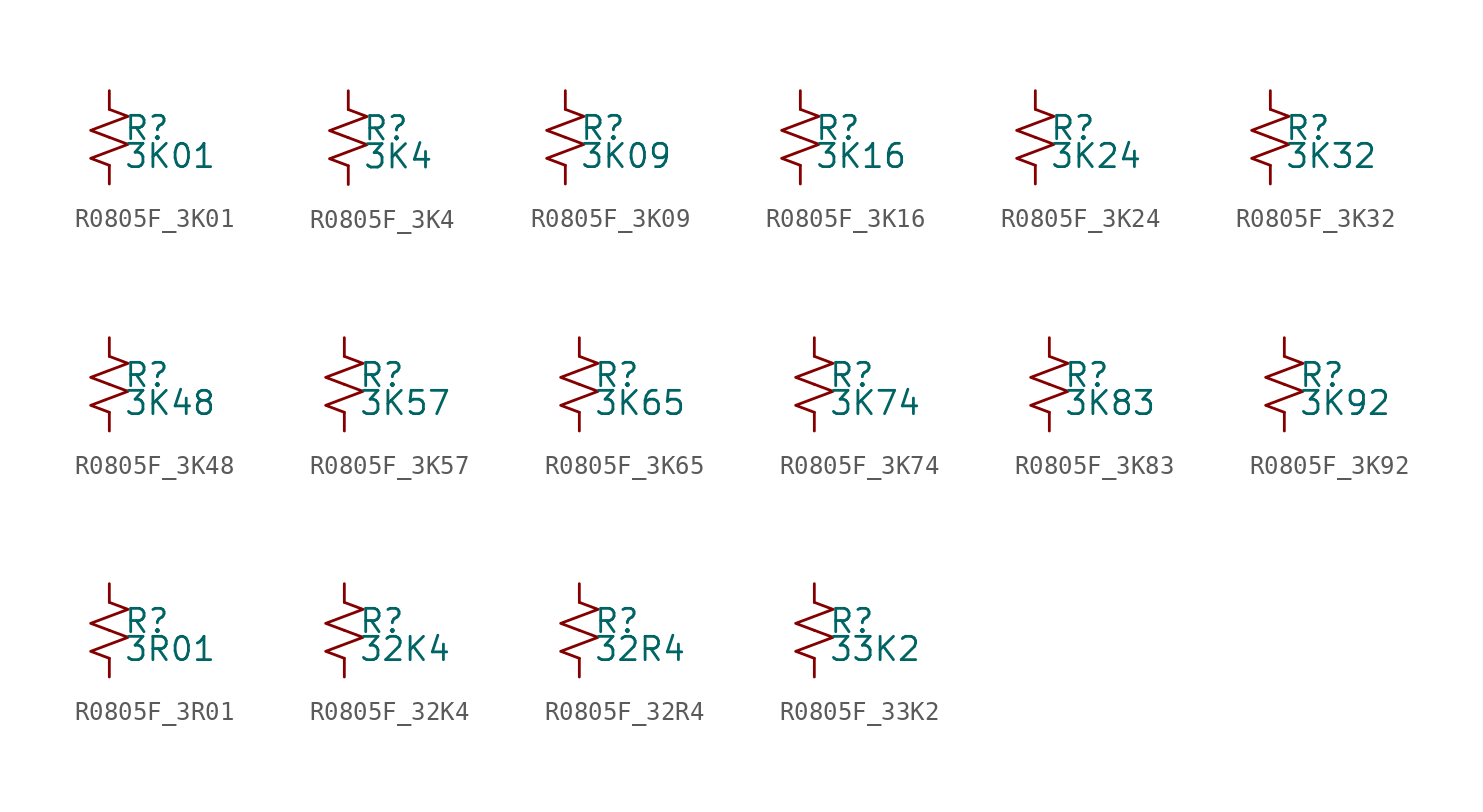
<source format=kicad_sym>
(kicad_symbol_lib
  (version 20220914)
  (generator kicad_symbol_editor)
  (symbol "R0805F_3K01"
    (pin_numbers hide)
    (pin_names
      (offset 0.254) hide)
    (property "Reference" "R"
      (at 0.762 0.508 0)
      (effects (font (size 1.27 1.27)) (justify left)))
    (property "Value" "3K01"
      (at 0.762 -1.016 0)
      (effects (font (size 1.27 1.27)) (justify left)))
    (symbol "R0805F_3K01_1_1"
      (polyline (pts (xy 0 0) (xy 1.016 -0.381) (xy 0 -0.762) (xy -1.016 -1.143) (xy 0 -1.524)) (stroke (width 0) (type default)) (fill (type none)))
      (polyline (pts (xy 0 1.524) (xy 1.016 1.143) (xy 0 0.762) (xy -1.016 0.381) (xy 0 0)) (stroke (width 0) (type default)) (fill (type none)))
      (pin passive line (at 0 2.54 270) (length 1.016) (name "~" (effects (font (size 1.27 1.27)))) (number "1" (effects (font (size 1.27 1.27)))))
      (pin passive line (at 0 -2.54 90) (length 1.016) (name "~" (effects (font (size 1.27 1.27)))) (number "2" (effects (font (size 1.27 1.27)))))))
  (symbol "R0805F_3K4"
    (pin_numbers hide)
    (pin_names
      (offset 0.254) hide)
    (property "Reference" "R"
      (at 0.762 0.508 0)
      (effects (font (size 1.27 1.27)) (justify left)))
    (property "Value" "3K4"
      (at 0.762 -1.016 0)
      (effects (font (size 1.27 1.27)) (justify left)))
    (symbol "R0805F_3K4_1_1"
      (polyline (pts (xy 0 0) (xy 1.016 -0.381) (xy 0 -0.762) (xy -1.016 -1.143) (xy 0 -1.524)) (stroke (width 0) (type default)) (fill (type none)))
      (polyline (pts (xy 0 1.524) (xy 1.016 1.143) (xy 0 0.762) (xy -1.016 0.381) (xy 0 0)) (stroke (width 0) (type default)) (fill (type none)))
      (pin passive line (at 0 2.54 270) (length 1.016) (name "~" (effects (font (size 1.27 1.27)))) (number "1" (effects (font (size 1.27 1.27)))))
      (pin passive line (at 0 -2.54 90) (length 1.016) (name "~" (effects (font (size 1.27 1.27)))) (number "2" (effects (font (size 1.27 1.27)))))))
  (symbol "R0805F_3K09"
    (pin_numbers hide)
    (pin_names
      (offset 0.254) hide)
    (property "Reference" "R"
      (at 0.762 0.508 0)
      (effects (font (size 1.27 1.27)) (justify left)))
    (property "Value" "3K09"
      (at 0.762 -1.016 0)
      (effects (font (size 1.27 1.27)) (justify left)))
    (symbol "R0805F_3K09_1_1"
      (polyline (pts (xy 0 0) (xy 1.016 -0.381) (xy 0 -0.762) (xy -1.016 -1.143) (xy 0 -1.524)) (stroke (width 0) (type default)) (fill (type none)))
      (polyline (pts (xy 0 1.524) (xy 1.016 1.143) (xy 0 0.762) (xy -1.016 0.381) (xy 0 0)) (stroke (width 0) (type default)) (fill (type none)))
      (pin passive line (at 0 2.54 270) (length 1.016) (name "~" (effects (font (size 1.27 1.27)))) (number "1" (effects (font (size 1.27 1.27)))))
      (pin passive line (at 0 -2.54 90) (length 1.016) (name "~" (effects (font (size 1.27 1.27)))) (number "2" (effects (font (size 1.27 1.27)))))))
  (symbol "R0805F_3K16"
    (pin_numbers hide)
    (pin_names
      (offset 0.254) hide)
    (property "Reference" "R"
      (at 0.762 0.508 0)
      (effects (font (size 1.27 1.27)) (justify left)))
    (property "Value" "3K16"
      (at 0.762 -1.016 0)
      (effects (font (size 1.27 1.27)) (justify left)))
    (symbol "R0805F_3K16_1_1"
      (polyline (pts (xy 0 0) (xy 1.016 -0.381) (xy 0 -0.762) (xy -1.016 -1.143) (xy 0 -1.524)) (stroke (width 0) (type default)) (fill (type none)))
      (polyline (pts (xy 0 1.524) (xy 1.016 1.143) (xy 0 0.762) (xy -1.016 0.381) (xy 0 0)) (stroke (width 0) (type default)) (fill (type none)))
      (pin passive line (at 0 2.54 270) (length 1.016) (name "~" (effects (font (size 1.27 1.27)))) (number "1" (effects (font (size 1.27 1.27)))))
      (pin passive line (at 0 -2.54 90) (length 1.016) (name "~" (effects (font (size 1.27 1.27)))) (number "2" (effects (font (size 1.27 1.27)))))))
  (symbol "R0805F_3K24"
    (pin_numbers hide)
    (pin_names
      (offset 0.254) hide)
    (property "Reference" "R"
      (at 0.762 0.508 0)
      (effects (font (size 1.27 1.27)) (justify left)))
    (property "Value" "3K24"
      (at 0.762 -1.016 0)
      (effects (font (size 1.27 1.27)) (justify left)))
    (symbol "R0805F_3K24_1_1"
      (polyline (pts (xy 0 0) (xy 1.016 -0.381) (xy 0 -0.762) (xy -1.016 -1.143) (xy 0 -1.524)) (stroke (width 0) (type default)) (fill (type none)))
      (polyline (pts (xy 0 1.524) (xy 1.016 1.143) (xy 0 0.762) (xy -1.016 0.381) (xy 0 0)) (stroke (width 0) (type default)) (fill (type none)))
      (pin passive line (at 0 2.54 270) (length 1.016) (name "~" (effects (font (size 1.27 1.27)))) (number "1" (effects (font (size 1.27 1.27)))))
      (pin passive line (at 0 -2.54 90) (length 1.016) (name "~" (effects (font (size 1.27 1.27)))) (number "2" (effects (font (size 1.27 1.27)))))))
  (symbol "R0805F_3K32"
    (pin_numbers hide)
    (pin_names
      (offset 0.254) hide)
    (property "Reference" "R"
      (at 0.762 0.508 0)
      (effects (font (size 1.27 1.27)) (justify left)))
    (property "Value" "3K32"
      (at 0.762 -1.016 0)
      (effects (font (size 1.27 1.27)) (justify left)))
    (symbol "R0805F_3K32_1_1"
      (polyline (pts (xy 0 0) (xy 1.016 -0.381) (xy 0 -0.762) (xy -1.016 -1.143) (xy 0 -1.524)) (stroke (width 0) (type default)) (fill (type none)))
      (polyline (pts (xy 0 1.524) (xy 1.016 1.143) (xy 0 0.762) (xy -1.016 0.381) (xy 0 0)) (stroke (width 0) (type default)) (fill (type none)))
      (pin passive line (at 0 2.54 270) (length 1.016) (name "~" (effects (font (size 1.27 1.27)))) (number "1" (effects (font (size 1.27 1.27)))))
      (pin passive line (at 0 -2.54 90) (length 1.016) (name "~" (effects (font (size 1.27 1.27)))) (number "2" (effects (font (size 1.27 1.27)))))))
  (symbol "R0805F_3K48"
    (pin_numbers hide)
    (pin_names
      (offset 0.254) hide)
    (property "Reference" "R"
      (at 0.762 0.508 0)
      (effects (font (size 1.27 1.27)) (justify left)))
    (property "Value" "3K48"
      (at 0.762 -1.016 0)
      (effects (font (size 1.27 1.27)) (justify left)))
    (symbol "R0805F_3K48_1_1"
      (polyline (pts (xy 0 0) (xy 1.016 -0.381) (xy 0 -0.762) (xy -1.016 -1.143) (xy 0 -1.524)) (stroke (width 0) (type default)) (fill (type none)))
      (polyline (pts (xy 0 1.524) (xy 1.016 1.143) (xy 0 0.762) (xy -1.016 0.381) (xy 0 0)) (stroke (width 0) (type default)) (fill (type none)))
      (pin passive line (at 0 2.54 270) (length 1.016) (name "~" (effects (font (size 1.27 1.27)))) (number "1" (effects (font (size 1.27 1.27)))))
      (pin passive line (at 0 -2.54 90) (length 1.016) (name "~" (effects (font (size 1.27 1.27)))) (number "2" (effects (font (size 1.27 1.27)))))))
  (symbol "R0805F_3K57"
    (pin_numbers hide)
    (pin_names
      (offset 0.254) hide)
    (property "Reference" "R"
      (at 0.762 0.508 0)
      (effects (font (size 1.27 1.27)) (justify left)))
    (property "Value" "3K57"
      (at 0.762 -1.016 0)
      (effects (font (size 1.27 1.27)) (justify left)))
    (symbol "R0805F_3K57_1_1"
      (polyline (pts (xy 0 0) (xy 1.016 -0.381) (xy 0 -0.762) (xy -1.016 -1.143) (xy 0 -1.524)) (stroke (width 0) (type default)) (fill (type none)))
      (polyline (pts (xy 0 1.524) (xy 1.016 1.143) (xy 0 0.762) (xy -1.016 0.381) (xy 0 0)) (stroke (width 0) (type default)) (fill (type none)))
      (pin passive line (at 0 2.54 270) (length 1.016) (name "~" (effects (font (size 1.27 1.27)))) (number "1" (effects (font (size 1.27 1.27)))))
      (pin passive line (at 0 -2.54 90) (length 1.016) (name "~" (effects (font (size 1.27 1.27)))) (number "2" (effects (font (size 1.27 1.27)))))))
  (symbol "R0805F_3K65"
    (pin_numbers hide)
    (pin_names
      (offset 0.254) hide)
    (property "Reference" "R"
      (at 0.762 0.508 0)
      (effects (font (size 1.27 1.27)) (justify left)))
    (property "Value" "3K65"
      (at 0.762 -1.016 0)
      (effects (font (size 1.27 1.27)) (justify left)))
    (symbol "R0805F_3K65_1_1"
      (polyline (pts (xy 0 0) (xy 1.016 -0.381) (xy 0 -0.762) (xy -1.016 -1.143) (xy 0 -1.524)) (stroke (width 0) (type default)) (fill (type none)))
      (polyline (pts (xy 0 1.524) (xy 1.016 1.143) (xy 0 0.762) (xy -1.016 0.381) (xy 0 0)) (stroke (width 0) (type default)) (fill (type none)))
      (pin passive line (at 0 2.54 270) (length 1.016) (name "~" (effects (font (size 1.27 1.27)))) (number "1" (effects (font (size 1.27 1.27)))))
      (pin passive line (at 0 -2.54 90) (length 1.016) (name "~" (effects (font (size 1.27 1.27)))) (number "2" (effects (font (size 1.27 1.27)))))))
  (symbol "R0805F_3K74"
    (pin_numbers hide)
    (pin_names
      (offset 0.254) hide)
    (property "Reference" "R"
      (at 0.762 0.508 0)
      (effects (font (size 1.27 1.27)) (justify left)))
    (property "Value" "3K74"
      (at 0.762 -1.016 0)
      (effects (font (size 1.27 1.27)) (justify left)))
    (symbol "R0805F_3K74_1_1"
      (polyline (pts (xy 0 0) (xy 1.016 -0.381) (xy 0 -0.762) (xy -1.016 -1.143) (xy 0 -1.524)) (stroke (width 0) (type default)) (fill (type none)))
      (polyline (pts (xy 0 1.524) (xy 1.016 1.143) (xy 0 0.762) (xy -1.016 0.381) (xy 0 0)) (stroke (width 0) (type default)) (fill (type none)))
      (pin passive line (at 0 2.54 270) (length 1.016) (name "~" (effects (font (size 1.27 1.27)))) (number "1" (effects (font (size 1.27 1.27)))))
      (pin passive line (at 0 -2.54 90) (length 1.016) (name "~" (effects (font (size 1.27 1.27)))) (number "2" (effects (font (size 1.27 1.27)))))))
  (symbol "R0805F_3K83"
    (pin_numbers hide)
    (pin_names
      (offset 0.254) hide)
    (property "Reference" "R"
      (at 0.762 0.508 0)
      (effects (font (size 1.27 1.27)) (justify left)))
    (property "Value" "3K83"
      (at 0.762 -1.016 0)
      (effects (font (size 1.27 1.27)) (justify left)))
    (symbol "R0805F_3K83_1_1"
      (polyline (pts (xy 0 0) (xy 1.016 -0.381) (xy 0 -0.762) (xy -1.016 -1.143) (xy 0 -1.524)) (stroke (width 0) (type default)) (fill (type none)))
      (polyline (pts (xy 0 1.524) (xy 1.016 1.143) (xy 0 0.762) (xy -1.016 0.381) (xy 0 0)) (stroke (width 0) (type default)) (fill (type none)))
      (pin passive line (at 0 2.54 270) (length 1.016) (name "~" (effects (font (size 1.27 1.27)))) (number "1" (effects (font (size 1.27 1.27)))))
      (pin passive line (at 0 -2.54 90) (length 1.016) (name "~" (effects (font (size 1.27 1.27)))) (number "2" (effects (font (size 1.27 1.27)))))))
  (symbol "R0805F_3K92"
    (pin_numbers hide)
    (pin_names
      (offset 0.254) hide)
    (property "Reference" "R"
      (at 0.762 0.508 0)
      (effects (font (size 1.27 1.27)) (justify left)))
    (property "Value" "3K92"
      (at 0.762 -1.016 0)
      (effects (font (size 1.27 1.27)) (justify left)))
    (symbol "R0805F_3K92_1_1"
      (polyline (pts (xy 0 0) (xy 1.016 -0.381) (xy 0 -0.762) (xy -1.016 -1.143) (xy 0 -1.524)) (stroke (width 0) (type default)) (fill (type none)))
      (polyline (pts (xy 0 1.524) (xy 1.016 1.143) (xy 0 0.762) (xy -1.016 0.381) (xy 0 0)) (stroke (width 0) (type default)) (fill (type none)))
      (pin passive line (at 0 2.54 270) (length 1.016) (name "~" (effects (font (size 1.27 1.27)))) (number "1" (effects (font (size 1.27 1.27)))))
      (pin passive line (at 0 -2.54 90) (length 1.016) (name "~" (effects (font (size 1.27 1.27)))) (number "2" (effects (font (size 1.27 1.27)))))))
  (symbol "R0805F_3R01"
    (pin_numbers hide)
    (pin_names
      (offset 0.254) hide)
    (property "Reference" "R"
      (at 0.762 0.508 0)
      (effects (font (size 1.27 1.27)) (justify left)))
    (property "Value" "3R01"
      (at 0.762 -1.016 0)
      (effects (font (size 1.27 1.27)) (justify left)))
    (symbol "R0805F_3R01_1_1"
      (polyline (pts (xy 0 0) (xy 1.016 -0.381) (xy 0 -0.762) (xy -1.016 -1.143) (xy 0 -1.524)) (stroke (width 0) (type default)) (fill (type none)))
      (polyline (pts (xy 0 1.524) (xy 1.016 1.143) (xy 0 0.762) (xy -1.016 0.381) (xy 0 0)) (stroke (width 0) (type default)) (fill (type none)))
      (pin passive line (at 0 2.54 270) (length 1.016) (name "~" (effects (font (size 1.27 1.27)))) (number "1" (effects (font (size 1.27 1.27)))))
      (pin passive line (at 0 -2.54 90) (length 1.016) (name "~" (effects (font (size 1.27 1.27)))) (number "2" (effects (font (size 1.27 1.27)))))))
  (symbol "R0805F_32K4"
    (pin_numbers hide)
    (pin_names
      (offset 0.254) hide)
    (property "Reference" "R"
      (at 0.762 0.508 0)
      (effects (font (size 1.27 1.27)) (justify left)))
    (property "Value" "32K4"
      (at 0.762 -1.016 0)
      (effects (font (size 1.27 1.27)) (justify left)))
    (symbol "R0805F_32K4_1_1"
      (polyline (pts (xy 0 0) (xy 1.016 -0.381) (xy 0 -0.762) (xy -1.016 -1.143) (xy 0 -1.524)) (stroke (width 0) (type default)) (fill (type none)))
      (polyline (pts (xy 0 1.524) (xy 1.016 1.143) (xy 0 0.762) (xy -1.016 0.381) (xy 0 0)) (stroke (width 0) (type default)) (fill (type none)))
      (pin passive line (at 0 2.54 270) (length 1.016) (name "~" (effects (font (size 1.27 1.27)))) (number "1" (effects (font (size 1.27 1.27)))))
      (pin passive line (at 0 -2.54 90) (length 1.016) (name "~" (effects (font (size 1.27 1.27)))) (number "2" (effects (font (size 1.27 1.27)))))))
  (symbol "R0805F_32R4"
    (pin_numbers hide)
    (pin_names
      (offset 0.254) hide)
    (property "Reference" "R"
      (at 0.762 0.508 0)
      (effects (font (size 1.27 1.27)) (justify left)))
    (property "Value" "32R4"
      (at 0.762 -1.016 0)
      (effects (font (size 1.27 1.27)) (justify left)))
    (symbol "R0805F_32R4_1_1"
      (polyline (pts (xy 0 0) (xy 1.016 -0.381) (xy 0 -0.762) (xy -1.016 -1.143) (xy 0 -1.524)) (stroke (width 0) (type default)) (fill (type none)))
      (polyline (pts (xy 0 1.524) (xy 1.016 1.143) (xy 0 0.762) (xy -1.016 0.381) (xy 0 0)) (stroke (width 0) (type default)) (fill (type none)))
      (pin passive line (at 0 2.54 270) (length 1.016) (name "~" (effects (font (size 1.27 1.27)))) (number "1" (effects (font (size 1.27 1.27)))))
      (pin passive line (at 0 -2.54 90) (length 1.016) (name "~" (effects (font (size 1.27 1.27)))) (number "2" (effects (font (size 1.27 1.27)))))))
  (symbol "R0805F_33K2"
    (pin_numbers hide)
    (pin_names
      (offset 0.254) hide)
    (property "Reference" "R"
      (at 0.762 0.508 0)
      (effects (font (size 1.27 1.27)) (justify left)))
    (property "Value" "33K2"
      (at 0.762 -1.016 0)
      (effects (font (size 1.27 1.27)) (justify left)))
    (symbol "R0805F_33K2_1_1"
      (polyline (pts (xy 0 0) (xy 1.016 -0.381) (xy 0 -0.762) (xy -1.016 -1.143) (xy 0 -1.524)) (stroke (width 0) (type default)) (fill (type none)))
      (polyline (pts (xy 0 1.524) (xy 1.016 1.143) (xy 0 0.762) (xy -1.016 0.381) (xy 0 0)) (stroke (width 0) (type default)) (fill (type none)))
      (pin passive line (at 0 2.54 270) (length 1.016) (name "~" (effects (font (size 1.27 1.27)))) (number "1" (effects (font (size 1.27 1.27)))))
      (pin passive line (at 0 -2.54 90) (length 1.016) (name "~" (effects (font (size 1.27 1.27)))) (number "2" (effects (font (size 1.27 1.27))))))))
</source>
